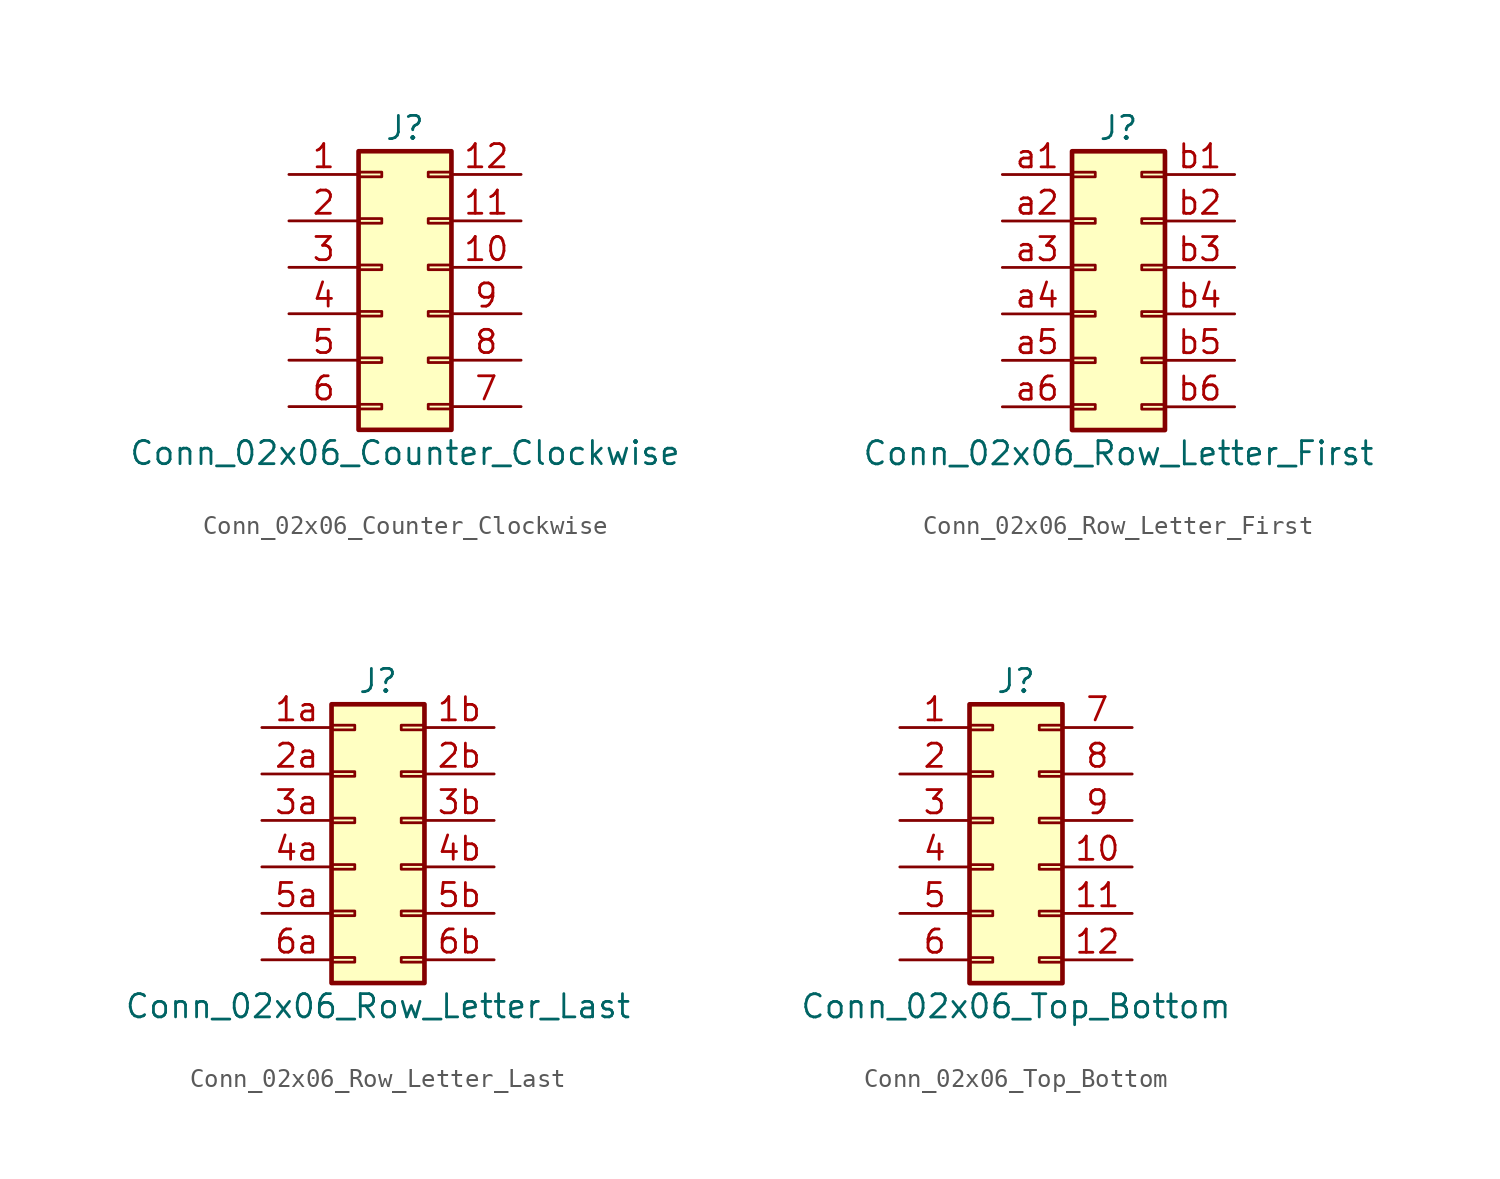
<source format=kicad_sym>
(kicad_symbol_lib
  (version 20220914)
  (generator kicad_symbol_editor)
  (symbol "Conn_02x06_Counter_Clockwise"
    (pin_names
      (offset 1.016) hide)
    (property "Reference" "J"
      (at 1.27 7.62 0)
      (effects (font (size 1.27 1.27))))
    (property "Value" "Conn_02x06_Counter_Clockwise"
      (at 1.27 -10.16 0)
      (effects (font (size 1.27 1.27))))
    (symbol "Conn_02x06_Counter_Clockwise_1_1"
      (rectangle (start -1.27 -7.493) (end 0 -7.747) (stroke (width 0.152) (type default)) (fill (type none)))
      (rectangle (start -1.27 -4.953) (end 0 -5.207) (stroke (width 0.152) (type default)) (fill (type none)))
      (rectangle (start -1.27 -2.413) (end 0 -2.667) (stroke (width 0.152) (type default)) (fill (type none)))
      (rectangle (start -1.27 0.127) (end 0 -0.127) (stroke (width 0.152) (type default)) (fill (type none)))
      (rectangle (start -1.27 2.667) (end 0 2.413) (stroke (width 0.152) (type default)) (fill (type none)))
      (rectangle (start -1.27 5.207) (end 0 4.953) (stroke (width 0.152) (type default)) (fill (type none)))
      (rectangle (start -1.27 6.35) (end 3.81 -8.89) (stroke (width 0.254) (type default)) (fill (type background)))
      (rectangle (start 3.81 -7.493) (end 2.54 -7.747) (stroke (width 0.152) (type default)) (fill (type none)))
      (rectangle (start 3.81 -4.953) (end 2.54 -5.207) (stroke (width 0.152) (type default)) (fill (type none)))
      (rectangle (start 3.81 -2.413) (end 2.54 -2.667) (stroke (width 0.152) (type default)) (fill (type none)))
      (rectangle (start 3.81 0.127) (end 2.54 -0.127) (stroke (width 0.152) (type default)) (fill (type none)))
      (rectangle (start 3.81 2.667) (end 2.54 2.413) (stroke (width 0.152) (type default)) (fill (type none)))
      (rectangle (start 3.81 5.207) (end 2.54 4.953) (stroke (width 0.152) (type default)) (fill (type none)))
      (pin passive line (at -5.08 5.08 0) (length 3.81) (name "Pin_1" (effects (font (size 1.27 1.27)))) (number "1" (effects (font (size 1.27 1.27)))))
      (pin passive line (at 7.62 0 180) (length 3.81) (name "Pin_10" (effects (font (size 1.27 1.27)))) (number "10" (effects (font (size 1.27 1.27)))))
      (pin passive line (at 7.62 2.54 180) (length 3.81) (name "Pin_11" (effects (font (size 1.27 1.27)))) (number "11" (effects (font (size 1.27 1.27)))))
      (pin passive line (at 7.62 5.08 180) (length 3.81) (name "Pin_12" (effects (font (size 1.27 1.27)))) (number "12" (effects (font (size 1.27 1.27)))))
      (pin passive line (at -5.08 2.54 0) (length 3.81) (name "Pin_2" (effects (font (size 1.27 1.27)))) (number "2" (effects (font (size 1.27 1.27)))))
      (pin passive line (at -5.08 0 0) (length 3.81) (name "Pin_3" (effects (font (size 1.27 1.27)))) (number "3" (effects (font (size 1.27 1.27)))))
      (pin passive line (at -5.08 -2.54 0) (length 3.81) (name "Pin_4" (effects (font (size 1.27 1.27)))) (number "4" (effects (font (size 1.27 1.27)))))
      (pin passive line (at -5.08 -5.08 0) (length 3.81) (name "Pin_5" (effects (font (size 1.27 1.27)))) (number "5" (effects (font (size 1.27 1.27)))))
      (pin passive line (at -5.08 -7.62 0) (length 3.81) (name "Pin_6" (effects (font (size 1.27 1.27)))) (number "6" (effects (font (size 1.27 1.27)))))
      (pin passive line (at 7.62 -7.62 180) (length 3.81) (name "Pin_7" (effects (font (size 1.27 1.27)))) (number "7" (effects (font (size 1.27 1.27)))))
      (pin passive line (at 7.62 -5.08 180) (length 3.81) (name "Pin_8" (effects (font (size 1.27 1.27)))) (number "8" (effects (font (size 1.27 1.27)))))
      (pin passive line (at 7.62 -2.54 180) (length 3.81) (name "Pin_9" (effects (font (size 1.27 1.27)))) (number "9" (effects (font (size 1.27 1.27)))))))
  (symbol "Conn_02x06_Row_Letter_First"
    (pin_names
      (offset 1.016) hide)
    (property "Reference" "J"
      (at 1.27 7.62 0)
      (effects (font (size 1.27 1.27))))
    (property "Value" "Conn_02x06_Row_Letter_First"
      (at 1.27 -10.16 0)
      (effects (font (size 1.27 1.27))))
    (symbol "Conn_02x06_Row_Letter_First_1_1"
      (rectangle (start -1.27 -7.493) (end 0 -7.747) (stroke (width 0.152) (type default)) (fill (type none)))
      (rectangle (start -1.27 -4.953) (end 0 -5.207) (stroke (width 0.152) (type default)) (fill (type none)))
      (rectangle (start -1.27 -2.413) (end 0 -2.667) (stroke (width 0.152) (type default)) (fill (type none)))
      (rectangle (start -1.27 0.127) (end 0 -0.127) (stroke (width 0.152) (type default)) (fill (type none)))
      (rectangle (start -1.27 2.667) (end 0 2.413) (stroke (width 0.152) (type default)) (fill (type none)))
      (rectangle (start -1.27 5.207) (end 0 4.953) (stroke (width 0.152) (type default)) (fill (type none)))
      (rectangle (start -1.27 6.35) (end 3.81 -8.89) (stroke (width 0.254) (type default)) (fill (type background)))
      (rectangle (start 3.81 -7.493) (end 2.54 -7.747) (stroke (width 0.152) (type default)) (fill (type none)))
      (rectangle (start 3.81 -4.953) (end 2.54 -5.207) (stroke (width 0.152) (type default)) (fill (type none)))
      (rectangle (start 3.81 -2.413) (end 2.54 -2.667) (stroke (width 0.152) (type default)) (fill (type none)))
      (rectangle (start 3.81 0.127) (end 2.54 -0.127) (stroke (width 0.152) (type default)) (fill (type none)))
      (rectangle (start 3.81 2.667) (end 2.54 2.413) (stroke (width 0.152) (type default)) (fill (type none)))
      (rectangle (start 3.81 5.207) (end 2.54 4.953) (stroke (width 0.152) (type default)) (fill (type none)))
      (pin passive line (at -5.08 5.08 0) (length 3.81) (name "Pin_a1" (effects (font (size 1.27 1.27)))) (number "a1" (effects (font (size 1.27 1.27)))))
      (pin passive line (at -5.08 2.54 0) (length 3.81) (name "Pin_a2" (effects (font (size 1.27 1.27)))) (number "a2" (effects (font (size 1.27 1.27)))))
      (pin passive line (at -5.08 0 0) (length 3.81) (name "Pin_a3" (effects (font (size 1.27 1.27)))) (number "a3" (effects (font (size 1.27 1.27)))))
      (pin passive line (at -5.08 -2.54 0) (length 3.81) (name "Pin_a4" (effects (font (size 1.27 1.27)))) (number "a4" (effects (font (size 1.27 1.27)))))
      (pin passive line (at -5.08 -5.08 0) (length 3.81) (name "Pin_a5" (effects (font (size 1.27 1.27)))) (number "a5" (effects (font (size 1.27 1.27)))))
      (pin passive line (at -5.08 -7.62 0) (length 3.81) (name "Pin_a6" (effects (font (size 1.27 1.27)))) (number "a6" (effects (font (size 1.27 1.27)))))
      (pin passive line (at 7.62 5.08 180) (length 3.81) (name "Pin_b1" (effects (font (size 1.27 1.27)))) (number "b1" (effects (font (size 1.27 1.27)))))
      (pin passive line (at 7.62 2.54 180) (length 3.81) (name "Pin_b2" (effects (font (size 1.27 1.27)))) (number "b2" (effects (font (size 1.27 1.27)))))
      (pin passive line (at 7.62 0 180) (length 3.81) (name "Pin_b3" (effects (font (size 1.27 1.27)))) (number "b3" (effects (font (size 1.27 1.27)))))
      (pin passive line (at 7.62 -2.54 180) (length 3.81) (name "Pin_b4" (effects (font (size 1.27 1.27)))) (number "b4" (effects (font (size 1.27 1.27)))))
      (pin passive line (at 7.62 -5.08 180) (length 3.81) (name "Pin_b5" (effects (font (size 1.27 1.27)))) (number "b5" (effects (font (size 1.27 1.27)))))
      (pin passive line (at 7.62 -7.62 180) (length 3.81) (name "Pin_b6" (effects (font (size 1.27 1.27)))) (number "b6" (effects (font (size 1.27 1.27)))))))
  (symbol "Conn_02x06_Row_Letter_Last"
    (pin_names
      (offset 1.016) hide)
    (property "Reference" "J"
      (at 1.27 7.62 0)
      (effects (font (size 1.27 1.27))))
    (property "Value" "Conn_02x06_Row_Letter_Last"
      (at 1.27 -10.16 0)
      (effects (font (size 1.27 1.27))))
    (symbol "Conn_02x06_Row_Letter_Last_1_1"
      (rectangle (start -1.27 -7.493) (end 0 -7.747) (stroke (width 0.152) (type default)) (fill (type none)))
      (rectangle (start -1.27 -4.953) (end 0 -5.207) (stroke (width 0.152) (type default)) (fill (type none)))
      (rectangle (start -1.27 -2.413) (end 0 -2.667) (stroke (width 0.152) (type default)) (fill (type none)))
      (rectangle (start -1.27 0.127) (end 0 -0.127) (stroke (width 0.152) (type default)) (fill (type none)))
      (rectangle (start -1.27 2.667) (end 0 2.413) (stroke (width 0.152) (type default)) (fill (type none)))
      (rectangle (start -1.27 5.207) (end 0 4.953) (stroke (width 0.152) (type default)) (fill (type none)))
      (rectangle (start -1.27 6.35) (end 3.81 -8.89) (stroke (width 0.254) (type default)) (fill (type background)))
      (rectangle (start 3.81 -7.493) (end 2.54 -7.747) (stroke (width 0.152) (type default)) (fill (type none)))
      (rectangle (start 3.81 -4.953) (end 2.54 -5.207) (stroke (width 0.152) (type default)) (fill (type none)))
      (rectangle (start 3.81 -2.413) (end 2.54 -2.667) (stroke (width 0.152) (type default)) (fill (type none)))
      (rectangle (start 3.81 0.127) (end 2.54 -0.127) (stroke (width 0.152) (type default)) (fill (type none)))
      (rectangle (start 3.81 2.667) (end 2.54 2.413) (stroke (width 0.152) (type default)) (fill (type none)))
      (rectangle (start 3.81 5.207) (end 2.54 4.953) (stroke (width 0.152) (type default)) (fill (type none)))
      (pin passive line (at -5.08 5.08 0) (length 3.81) (name "Pin_1a" (effects (font (size 1.27 1.27)))) (number "1a" (effects (font (size 1.27 1.27)))))
      (pin passive line (at 7.62 5.08 180) (length 3.81) (name "Pin_1b" (effects (font (size 1.27 1.27)))) (number "1b" (effects (font (size 1.27 1.27)))))
      (pin passive line (at -5.08 2.54 0) (length 3.81) (name "Pin_2a" (effects (font (size 1.27 1.27)))) (number "2a" (effects (font (size 1.27 1.27)))))
      (pin passive line (at 7.62 2.54 180) (length 3.81) (name "Pin_2b" (effects (font (size 1.27 1.27)))) (number "2b" (effects (font (size 1.27 1.27)))))
      (pin passive line (at -5.08 0 0) (length 3.81) (name "Pin_3a" (effects (font (size 1.27 1.27)))) (number "3a" (effects (font (size 1.27 1.27)))))
      (pin passive line (at 7.62 0 180) (length 3.81) (name "Pin_3b" (effects (font (size 1.27 1.27)))) (number "3b" (effects (font (size 1.27 1.27)))))
      (pin passive line (at -5.08 -2.54 0) (length 3.81) (name "Pin_4a" (effects (font (size 1.27 1.27)))) (number "4a" (effects (font (size 1.27 1.27)))))
      (pin passive line (at 7.62 -2.54 180) (length 3.81) (name "Pin_4b" (effects (font (size 1.27 1.27)))) (number "4b" (effects (font (size 1.27 1.27)))))
      (pin passive line (at -5.08 -5.08 0) (length 3.81) (name "Pin_5a" (effects (font (size 1.27 1.27)))) (number "5a" (effects (font (size 1.27 1.27)))))
      (pin passive line (at 7.62 -5.08 180) (length 3.81) (name "Pin_5b" (effects (font (size 1.27 1.27)))) (number "5b" (effects (font (size 1.27 1.27)))))
      (pin passive line (at -5.08 -7.62 0) (length 3.81) (name "Pin_6a" (effects (font (size 1.27 1.27)))) (number "6a" (effects (font (size 1.27 1.27)))))
      (pin passive line (at 7.62 -7.62 180) (length 3.81) (name "Pin_6b" (effects (font (size 1.27 1.27)))) (number "6b" (effects (font (size 1.27 1.27)))))))
  (symbol "Conn_02x06_Top_Bottom"
    (pin_names
      (offset 1.016) hide)
    (property "Reference" "J"
      (at 1.27 7.62 0)
      (effects (font (size 1.27 1.27))))
    (property "Value" "Conn_02x06_Top_Bottom"
      (at 1.27 -10.16 0)
      (effects (font (size 1.27 1.27))))
    (symbol "Conn_02x06_Top_Bottom_1_1"
      (rectangle (start -1.27 -7.493) (end 0 -7.747) (stroke (width 0.152) (type default)) (fill (type none)))
      (rectangle (start -1.27 -4.953) (end 0 -5.207) (stroke (width 0.152) (type default)) (fill (type none)))
      (rectangle (start -1.27 -2.413) (end 0 -2.667) (stroke (width 0.152) (type default)) (fill (type none)))
      (rectangle (start -1.27 0.127) (end 0 -0.127) (stroke (width 0.152) (type default)) (fill (type none)))
      (rectangle (start -1.27 2.667) (end 0 2.413) (stroke (width 0.152) (type default)) (fill (type none)))
      (rectangle (start -1.27 5.207) (end 0 4.953) (stroke (width 0.152) (type default)) (fill (type none)))
      (rectangle (start -1.27 6.35) (end 3.81 -8.89) (stroke (width 0.254) (type default)) (fill (type background)))
      (rectangle (start 3.81 -7.493) (end 2.54 -7.747) (stroke (width 0.152) (type default)) (fill (type none)))
      (rectangle (start 3.81 -4.953) (end 2.54 -5.207) (stroke (width 0.152) (type default)) (fill (type none)))
      (rectangle (start 3.81 -2.413) (end 2.54 -2.667) (stroke (width 0.152) (type default)) (fill (type none)))
      (rectangle (start 3.81 0.127) (end 2.54 -0.127) (stroke (width 0.152) (type default)) (fill (type none)))
      (rectangle (start 3.81 2.667) (end 2.54 2.413) (stroke (width 0.152) (type default)) (fill (type none)))
      (rectangle (start 3.81 5.207) (end 2.54 4.953) (stroke (width 0.152) (type default)) (fill (type none)))
      (pin passive line (at -5.08 5.08 0) (length 3.81) (name "Pin_1" (effects (font (size 1.27 1.27)))) (number "1" (effects (font (size 1.27 1.27)))))
      (pin passive line (at 7.62 -2.54 180) (length 3.81) (name "Pin_10" (effects (font (size 1.27 1.27)))) (number "10" (effects (font (size 1.27 1.27)))))
      (pin passive line (at 7.62 -5.08 180) (length 3.81) (name "Pin_11" (effects (font (size 1.27 1.27)))) (number "11" (effects (font (size 1.27 1.27)))))
      (pin passive line (at 7.62 -7.62 180) (length 3.81) (name "Pin_12" (effects (font (size 1.27 1.27)))) (number "12" (effects (font (size 1.27 1.27)))))
      (pin passive line (at -5.08 2.54 0) (length 3.81) (name "Pin_2" (effects (font (size 1.27 1.27)))) (number "2" (effects (font (size 1.27 1.27)))))
      (pin passive line (at -5.08 0 0) (length 3.81) (name "Pin_3" (effects (font (size 1.27 1.27)))) (number "3" (effects (font (size 1.27 1.27)))))
      (pin passive line (at -5.08 -2.54 0) (length 3.81) (name "Pin_4" (effects (font (size 1.27 1.27)))) (number "4" (effects (font (size 1.27 1.27)))))
      (pin passive line (at -5.08 -5.08 0) (length 3.81) (name "Pin_5" (effects (font (size 1.27 1.27)))) (number "5" (effects (font (size 1.27 1.27)))))
      (pin passive line (at -5.08 -7.62 0) (length 3.81) (name "Pin_6" (effects (font (size 1.27 1.27)))) (number "6" (effects (font (size 1.27 1.27)))))
      (pin passive line (at 7.62 5.08 180) (length 3.81) (name "Pin_7" (effects (font (size 1.27 1.27)))) (number "7" (effects (font (size 1.27 1.27)))))
      (pin passive line (at 7.62 2.54 180) (length 3.81) (name "Pin_8" (effects (font (size 1.27 1.27)))) (number "8" (effects (font (size 1.27 1.27)))))
      (pin passive line (at 7.62 0 180) (length 3.81) (name "Pin_9" (effects (font (size 1.27 1.27)))) (number "9" (effects (font (size 1.27 1.27))))))))
</source>
